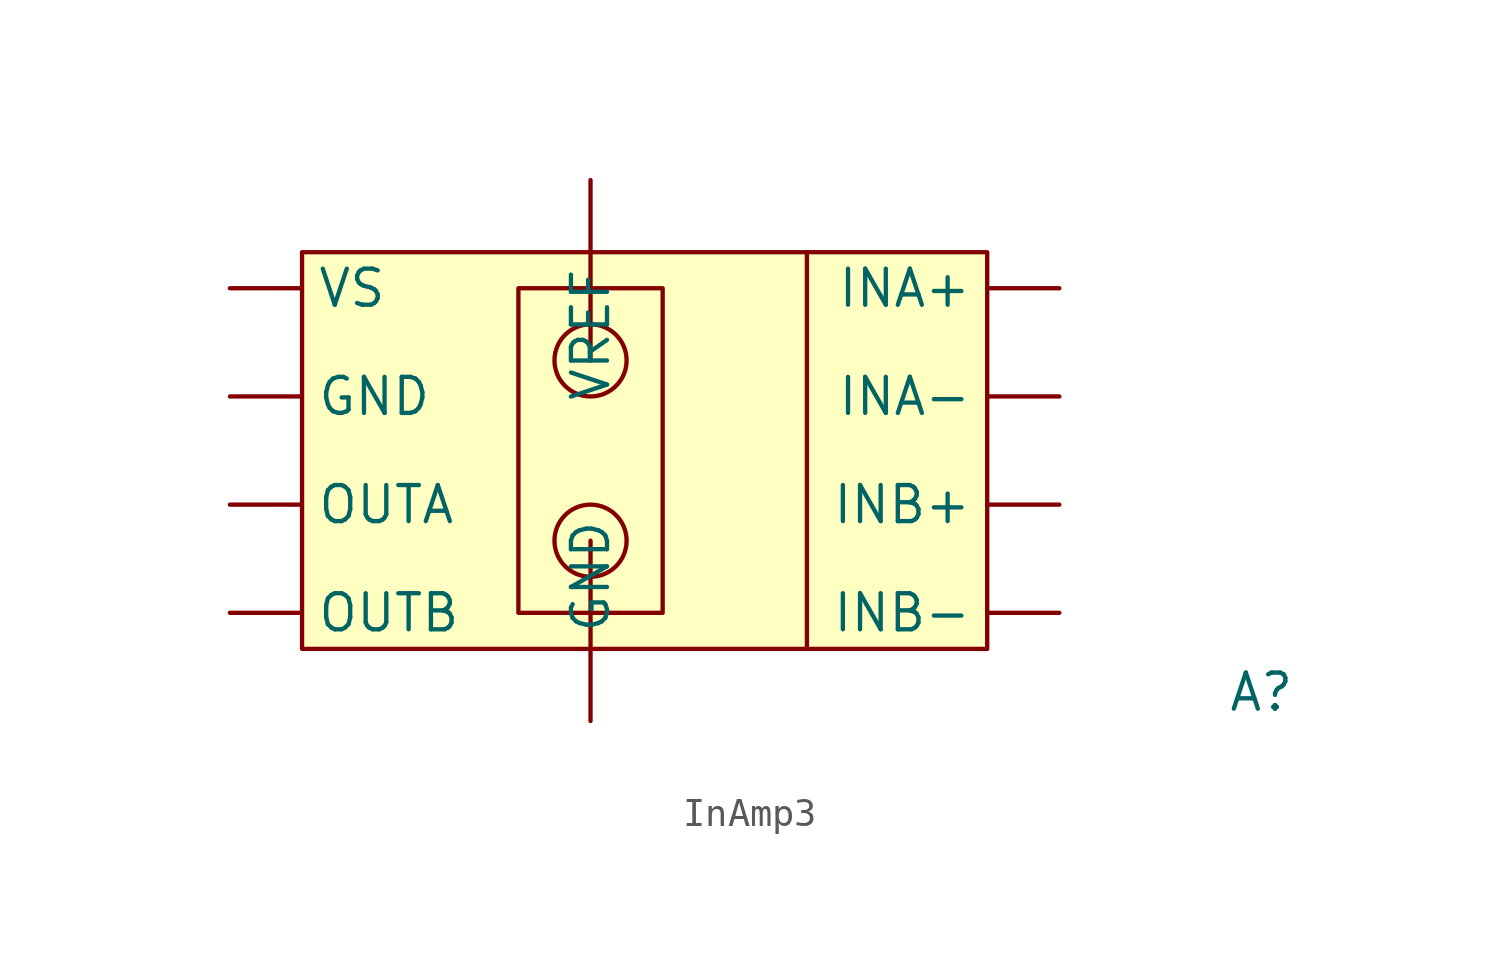
<source format=kicad_sym>
(kicad_symbol_lib
  (version 20241209)
  (generator "kicad_symbol_editor")
  (generator_version "9.0")
  (symbol "InAmp3"
    (property "Reference" "A"
      (at 23.622 -9.144 0)
      (effects (font (size 1.27 1.27))))
    (property "Value" ""
      (at 0 0 0)
      (effects (font (size 1.27 1.27))))
    (symbol "InAmp3_0_1"
      (rectangle (start -2.54 5.08) (end 2.54 -6.35) (stroke (width 0) (type default)) (fill (type none)))
      (polyline (pts (xy 0 6.35) (xy 0 2.54)) (stroke (width 0) (type default)) (fill (type none)))
      (circle (center 0 2.54) (radius 1.27) (stroke (width 0) (type default)) (fill (type none)))
      (polyline (pts (xy 0 -3.81) (xy 0 -7.62)) (stroke (width 0) (type default)) (fill (type none)))
      (circle (center 0 -3.81) (radius 1.27) (stroke (width 0) (type default)) (fill (type none)))
      (polyline (pts (xy 7.62 6.35) (xy 7.62 -7.62)) (stroke (width 0) (type default)) (fill (type none))))
    (symbol "InAmp3_1_1"
      (rectangle (start -10.16 6.35) (end 13.97 -7.62) (stroke (width 0) (type solid)) (fill (type color) (color 255 255 194 1)))
      (pin power_in line (at -12.7 5.08 0) (length 2.54) (name "VS" (effects (font (size 1.27 1.27)))) (number "" (effects (font (size 1.27 1.27)))))
      (pin passive line (at -12.7 1.27 0) (length 2.54) (name "GND" (effects (font (size 1.27 1.27)))) (number "" (effects (font (size 1.27 1.27)))))
      (pin output line (at -12.7 -2.54 0) (length 2.54) (name "OUTA" (effects (font (size 1.27 1.27)))) (number "" (effects (font (size 1.27 1.27)))))
      (pin output line (at -12.7 -6.35 0) (length 2.54) (name "OUTB" (effects (font (size 1.27 1.27)))) (number "" (effects (font (size 1.27 1.27)))))
      (pin power_in line (at 0 8.89 270) (length 2.54) (name "VREF" (effects (font (size 1.27 1.27)))) (number "" (effects (font (size 1.27 1.27)))))
      (pin power_out line (at 0 -10.16 90) (length 2.54) (name "GND" (effects (font (size 1.27 1.27)))) (number "" (effects (font (size 1.27 1.27)))))
      (pin input line (at 16.51 5.08 180) (length 2.54) (name "INA+" (effects (font (size 1.27 1.27)))) (number "" (effects (font (size 1.27 1.27)))))
      (pin input line (at 16.51 1.27 180) (length 2.54) (name "INA-" (effects (font (size 1.27 1.27)))) (number "" (effects (font (size 1.27 1.27)))))
      (pin input line (at 16.51 -2.54 180) (length 2.54) (name "INB+" (effects (font (size 1.27 1.27)))) (number "" (effects (font (size 1.27 1.27)))))
      (pin input line (at 16.51 -6.35 180) (length 2.54) (name "INB-" (effects (font (size 1.27 1.27)))) (number "" (effects (font (size 1.27 1.27))))))))
</source>
